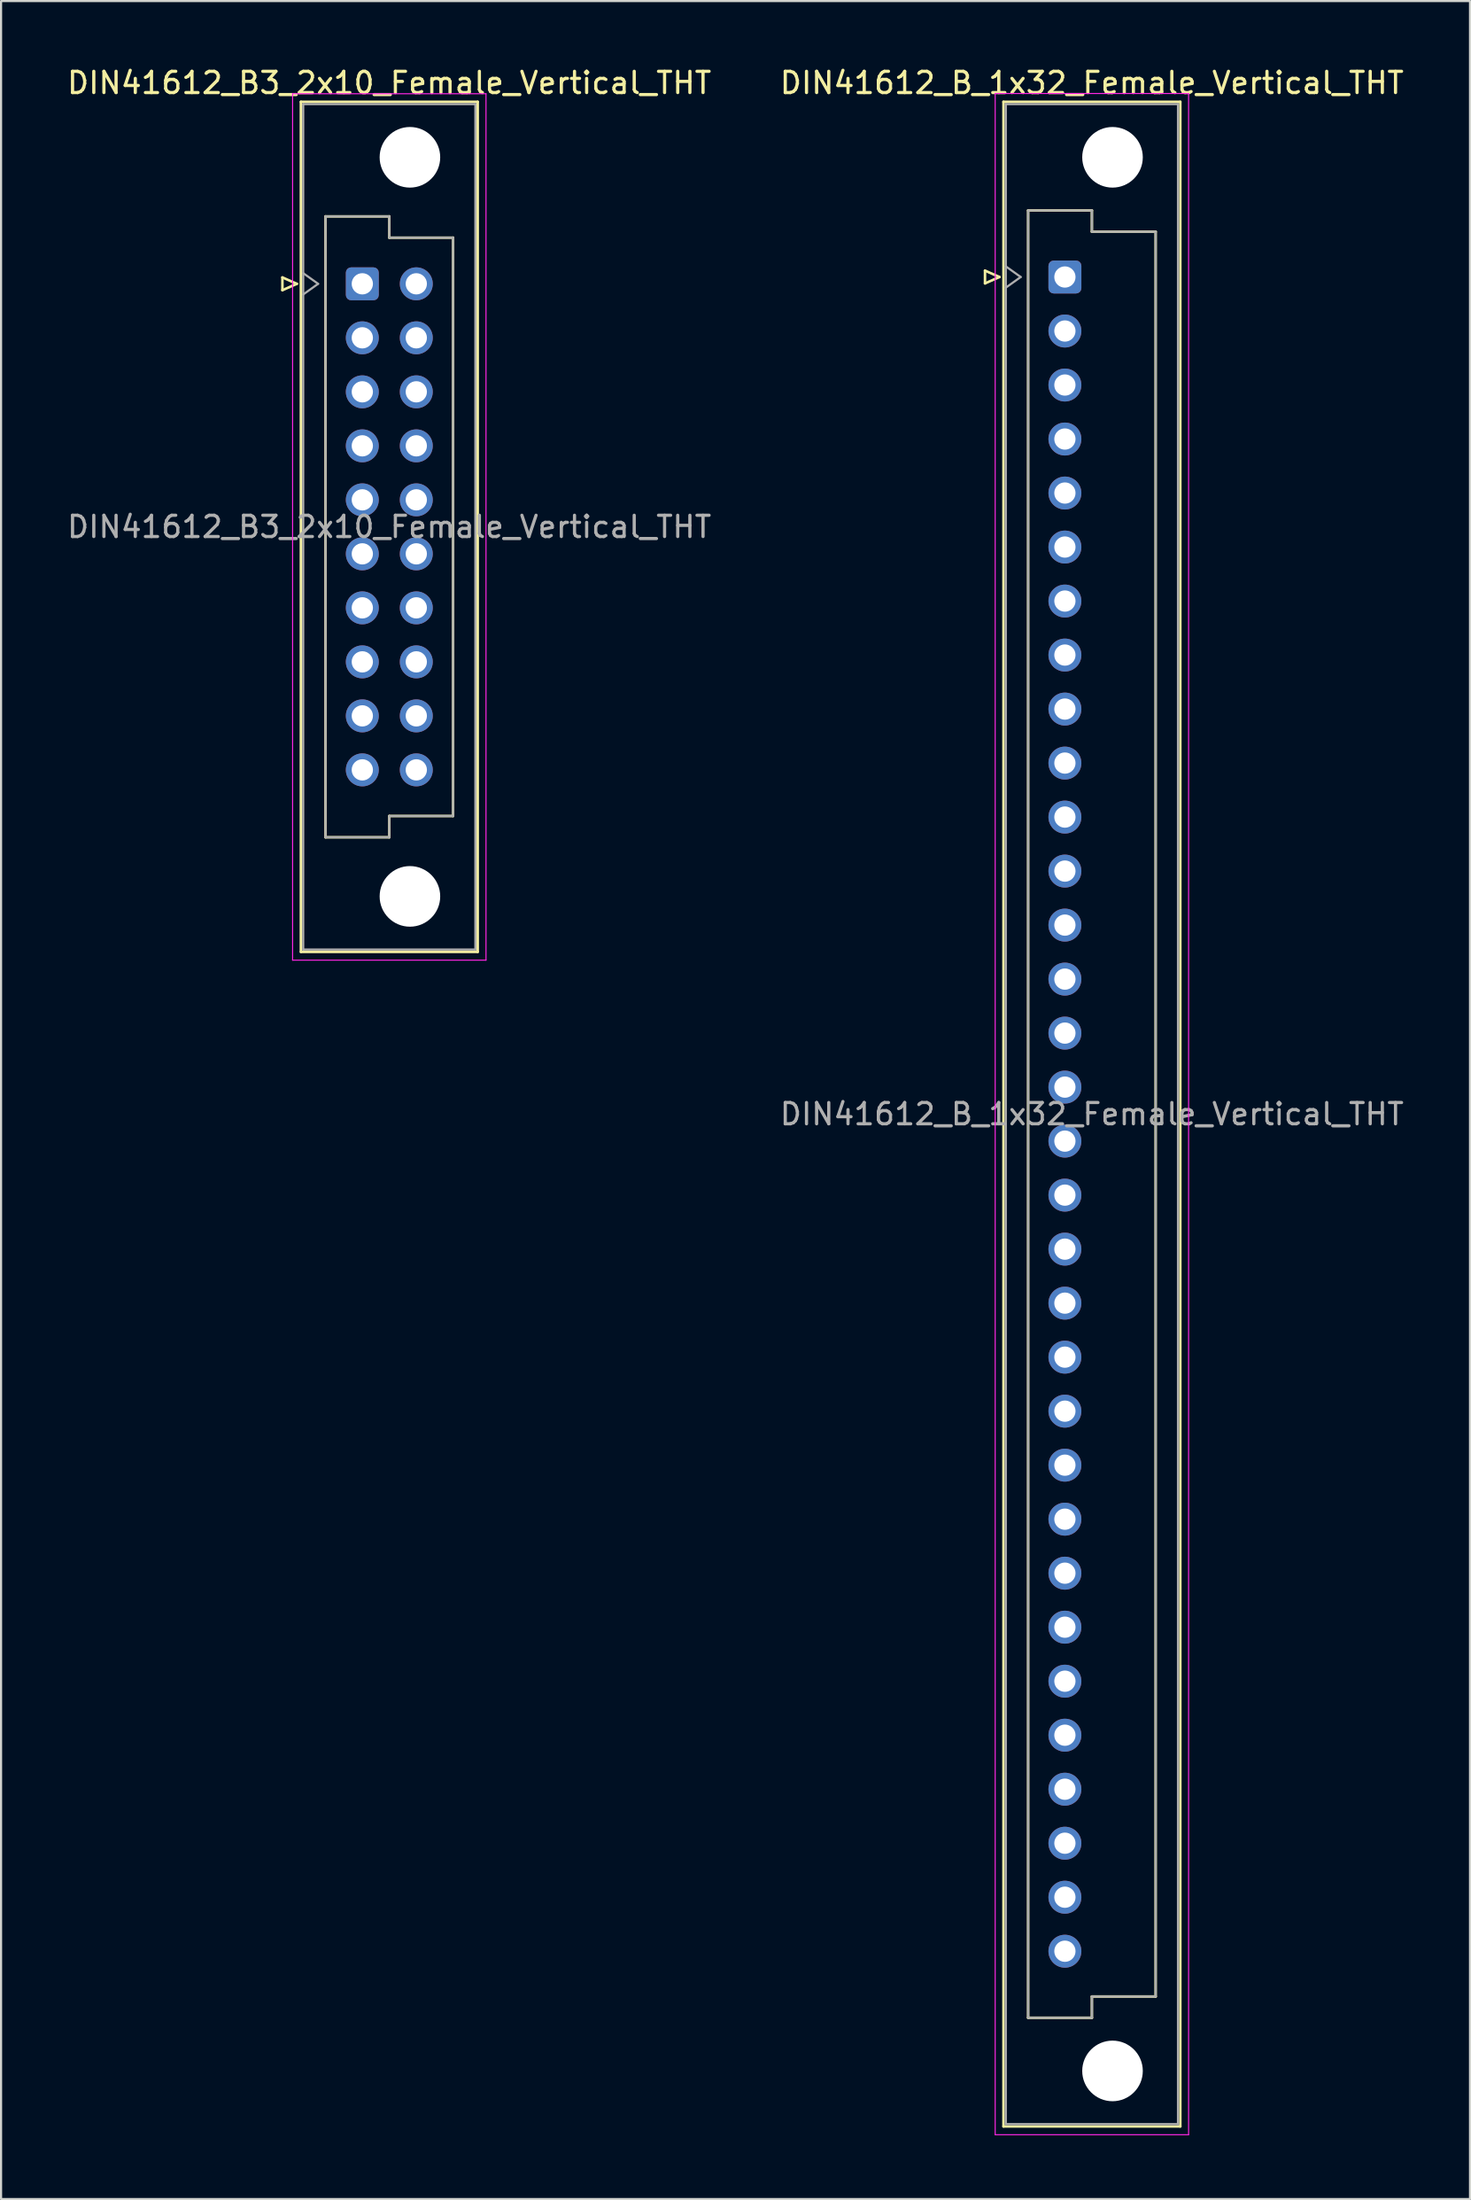
<source format=kicad_pcb>
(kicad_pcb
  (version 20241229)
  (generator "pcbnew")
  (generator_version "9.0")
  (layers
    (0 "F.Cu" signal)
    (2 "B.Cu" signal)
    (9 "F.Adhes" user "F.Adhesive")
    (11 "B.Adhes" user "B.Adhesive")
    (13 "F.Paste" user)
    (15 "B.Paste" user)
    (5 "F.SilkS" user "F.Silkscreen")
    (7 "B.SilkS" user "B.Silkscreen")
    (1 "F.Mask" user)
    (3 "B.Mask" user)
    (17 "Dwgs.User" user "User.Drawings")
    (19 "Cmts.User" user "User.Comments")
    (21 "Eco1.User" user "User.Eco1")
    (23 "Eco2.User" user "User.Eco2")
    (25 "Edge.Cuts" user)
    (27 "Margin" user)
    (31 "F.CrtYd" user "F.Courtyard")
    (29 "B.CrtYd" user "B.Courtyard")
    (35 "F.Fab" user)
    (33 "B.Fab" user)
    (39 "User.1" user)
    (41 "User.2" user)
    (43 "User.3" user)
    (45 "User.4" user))
  (footprint "DIN41612_B_1x32_Female_Vertical_THT"
    (layer "F.Cu")
    (at 47.057 9.978)
    (property "Reference" "DIN41612_B_1x32_Female_Vertical_THT" (at 1.27 -9.13 0) (layer "F.SilkS") (effects (font (size 1 1) (thickness 0.15))))
    (attr through_hole)
    (fp_line (start -3.76 -0.3) (end -3.76 0.3) (stroke (width 0.12) (type solid)) (layer "F.SilkS"))
    (fp_line (start -3.76 0.3) (end -3.08 0) (stroke (width 0.12) (type solid)) (layer "F.SilkS"))
    (fp_line (start -3.08 0) (end -3.76 -0.3) (stroke (width 0.12) (type solid)) (layer "F.SilkS"))
    (fp_line (start -2.89 -8.24) (end 5.43 -8.24) (stroke (width 0.12) (type solid)) (layer "F.SilkS"))
    (fp_line (start -2.89 86.98) (end -2.89 -8.24) (stroke (width 0.12) (type solid)) (layer "F.SilkS"))
    (fp_line (start -1.73 -3.131) (end 1.27 -3.131) (stroke (width 0.12) (type solid)) (layer "F.SilkS"))
    (fp_line (start -1.73 81.87) (end -1.73 -3.131) (stroke (width 0.12) (type solid)) (layer "F.SilkS"))
    (fp_line (start 1.27 -3.131) (end 1.27 -2.131) (stroke (width 0.12) (type solid)) (layer "F.SilkS"))
    (fp_line (start 1.27 -2.131) (end 4.27 -2.131) (stroke (width 0.12) (type solid)) (layer "F.SilkS"))
    (fp_line (start 1.27 80.87) (end 1.27 81.87) (stroke (width 0.12) (type solid)) (layer "F.SilkS"))
    (fp_line (start 1.27 81.87) (end -1.73 81.87) (stroke (width 0.12) (type solid)) (layer "F.SilkS"))
    (fp_line (start 4.27 -2.131) (end 4.27 80.87) (stroke (width 0.12) (type solid)) (layer "F.SilkS"))
    (fp_line (start 4.27 80.87) (end 1.27 80.87) (stroke (width 0.12) (type solid)) (layer "F.SilkS"))
    (fp_line (start 5.43 -8.24) (end 5.43 86.98) (stroke (width 0.12) (type solid)) (layer "F.SilkS"))
    (fp_line (start 5.43 86.98) (end -2.89 86.98) (stroke (width 0.12) (type solid)) (layer "F.SilkS"))
    (fp_line (start -3.28 -8.63) (end 5.82 -8.63) (stroke (width 0.05) (type solid)) (layer "F.CrtYd"))
    (fp_line (start -3.28 87.37) (end -3.28 -8.63) (stroke (width 0.05) (type solid)) (layer "F.CrtYd"))
    (fp_line (start 5.82 -8.63) (end 5.82 87.37) (stroke (width 0.05) (type solid)) (layer "F.CrtYd"))
    (fp_line (start 5.82 87.37) (end -3.28 87.37) (stroke (width 0.05) (type solid)) (layer "F.CrtYd"))
    (fp_line (start -2.78 -8.13) (end 5.32 -8.13) (stroke (width 0.1) (type solid)) (layer "F.Fab"))
    (fp_line (start -2.78 -0.5) (end -2.08 0) (stroke (width 0.1) (type solid)) (layer "F.Fab"))
    (fp_line (start -2.78 86.87) (end -2.78 -8.13) (stroke (width 0.1) (type solid)) (layer "F.Fab"))
    (fp_line (start -2.08 0) (end -2.78 0.5) (stroke (width 0.1) (type solid)) (layer "F.Fab"))
    (fp_line (start -1.73 -3.13) (end 1.27 -3.13) (stroke (width 0.1) (type solid)) (layer "F.Fab"))
    (fp_line (start -1.73 81.87) (end -1.73 -3.13) (stroke (width 0.1) (type solid)) (layer "F.Fab"))
    (fp_line (start 1.27 -3.13) (end 1.27 -2.13) (stroke (width 0.1) (type solid)) (layer "F.Fab"))
    (fp_line (start 1.27 -2.13) (end 4.27 -2.13) (stroke (width 0.1) (type solid)) (layer "F.Fab"))
    (fp_line (start 1.27 80.87) (end 1.27 81.87) (stroke (width 0.1) (type solid)) (layer "F.Fab"))
    (fp_line (start 1.27 81.87) (end -1.73 81.87) (stroke (width 0.1) (type solid)) (layer "F.Fab"))
    (fp_line (start 4.27 -2.13) (end 4.27 80.87) (stroke (width 0.1) (type solid)) (layer "F.Fab"))
    (fp_line (start 4.27 80.87) (end 1.27 80.87) (stroke (width 0.1) (type solid)) (layer "F.Fab"))
    (fp_line (start 5.32 -8.13) (end 5.32 86.87) (stroke (width 0.1) (type solid)) (layer "F.Fab"))
    (fp_line (start 5.32 86.87) (end -2.78 86.87) (stroke (width 0.1) (type solid)) (layer "F.Fab"))
    (fp_text user "${REFERENCE}" (at 1.27 39.37 0) (layer "F.Fab") (effects (font (size 1 1) (thickness 0.15))))
    (pad "" np_thru_hole circle (at 2.24 -5.63) (size 2.85 2.85) (drill 2.85) (layers "*.Cu" "*.Mask"))
    (pad "" np_thru_hole circle (at 2.24 84.37) (size 2.85 2.85) (drill 2.85) (layers "*.Cu" "*.Mask"))
    (pad "a1" thru_hole roundrect (at 0 0) (size 1.55 1.55) (drill 1) (layers "*.Cu" "*.Mask") (roundrect_rratio 0.161))
    (pad "a2" thru_hole circle (at 0 2.54) (size 1.55 1.55) (drill 1) (layers "*.Cu" "*.Mask"))
    (pad "a3" thru_hole circle (at 0 5.08) (size 1.55 1.55) (drill 1) (layers "*.Cu" "*.Mask"))
    (pad "a4" thru_hole circle (at 0 7.62) (size 1.55 1.55) (drill 1) (layers "*.Cu" "*.Mask"))
    (pad "a5" thru_hole circle (at 0 10.16) (size 1.55 1.55) (drill 1) (layers "*.Cu" "*.Mask"))
    (pad "a6" thru_hole circle (at 0 12.7) (size 1.55 1.55) (drill 1) (layers "*.Cu" "*.Mask"))
    (pad "a7" thru_hole circle (at 0 15.24) (size 1.55 1.55) (drill 1) (layers "*.Cu" "*.Mask"))
    (pad "a8" thru_hole circle (at 0 17.78) (size 1.55 1.55) (drill 1) (layers "*.Cu" "*.Mask"))
    (pad "a9" thru_hole circle (at 0 20.32) (size 1.55 1.55) (drill 1) (layers "*.Cu" "*.Mask"))
    (pad "a10" thru_hole circle (at 0 22.86) (size 1.55 1.55) (drill 1) (layers "*.Cu" "*.Mask"))
    (pad "a11" thru_hole circle (at 0 25.4) (size 1.55 1.55) (drill 1) (layers "*.Cu" "*.Mask"))
    (pad "a12" thru_hole circle (at 0 27.94) (size 1.55 1.55) (drill 1) (layers "*.Cu" "*.Mask"))
    (pad "a13" thru_hole circle (at 0 30.48) (size 1.55 1.55) (drill 1) (layers "*.Cu" "*.Mask"))
    (pad "a14" thru_hole circle (at 0 33.02) (size 1.55 1.55) (drill 1) (layers "*.Cu" "*.Mask"))
    (pad "a15" thru_hole circle (at 0 35.56) (size 1.55 1.55) (drill 1) (layers "*.Cu" "*.Mask"))
    (pad "a16" thru_hole circle (at 0 38.1) (size 1.55 1.55) (drill 1) (layers "*.Cu" "*.Mask"))
    (pad "a17" thru_hole circle (at 0 40.64) (size 1.55 1.55) (drill 1) (layers "*.Cu" "*.Mask"))
    (pad "a18" thru_hole circle (at 0 43.18) (size 1.55 1.55) (drill 1) (layers "*.Cu" "*.Mask"))
    (pad "a19" thru_hole circle (at 0 45.72) (size 1.55 1.55) (drill 1) (layers "*.Cu" "*.Mask"))
    (pad "a20" thru_hole circle (at 0 48.26) (size 1.55 1.55) (drill 1) (layers "*.Cu" "*.Mask"))
    (pad "a21" thru_hole circle (at 0 50.8) (size 1.55 1.55) (drill 1) (layers "*.Cu" "*.Mask"))
    (pad "a22" thru_hole circle (at 0 53.34) (size 1.55 1.55) (drill 1) (layers "*.Cu" "*.Mask"))
    (pad "a23" thru_hole circle (at 0 55.88) (size 1.55 1.55) (drill 1) (layers "*.Cu" "*.Mask"))
    (pad "a24" thru_hole circle (at 0 58.42) (size 1.55 1.55) (drill 1) (layers "*.Cu" "*.Mask"))
    (pad "a25" thru_hole circle (at 0 60.96) (size 1.55 1.55) (drill 1) (layers "*.Cu" "*.Mask"))
    (pad "a26" thru_hole circle (at 0 63.5) (size 1.55 1.55) (drill 1) (layers "*.Cu" "*.Mask"))
    (pad "a27" thru_hole circle (at 0 66.04) (size 1.55 1.55) (drill 1) (layers "*.Cu" "*.Mask"))
    (pad "a28" thru_hole circle (at 0 68.58) (size 1.55 1.55) (drill 1) (layers "*.Cu" "*.Mask"))
    (pad "a29" thru_hole circle (at 0 71.12) (size 1.55 1.55) (drill 1) (layers "*.Cu" "*.Mask"))
    (pad "a30" thru_hole circle (at 0 73.66) (size 1.55 1.55) (drill 1) (layers "*.Cu" "*.Mask"))
    (pad "a31" thru_hole circle (at 0 76.2) (size 1.55 1.55) (drill 1) (layers "*.Cu" "*.Mask"))
    (pad "a32" thru_hole circle (at 0 78.74) (size 1.55 1.55) (drill 1) (layers "*.Cu" "*.Mask")))
  (footprint "DIN41612_B3_2x10_Female_Vertical_THT"
    (layer "F.Cu")
    (at 13.998 10.298)
    (property "Reference" "DIN41612_B3_2x10_Female_Vertical_THT" (at 1.27 -9.45 0) (layer "F.SilkS") (effects (font (size 1 1) (thickness 0.15))))
    (attr through_hole)
    (fp_line (start -3.76 -0.3) (end -3.76 0.3) (stroke (width 0.12) (type solid)) (layer "F.SilkS"))
    (fp_line (start -3.76 0.3) (end -3.08 0) (stroke (width 0.12) (type solid)) (layer "F.SilkS"))
    (fp_line (start -3.08 0) (end -3.76 -0.3) (stroke (width 0.12) (type solid)) (layer "F.SilkS"))
    (fp_line (start -2.89 -8.56) (end 5.43 -8.56) (stroke (width 0.12) (type solid)) (layer "F.SilkS"))
    (fp_line (start -2.89 31.42) (end -2.89 -8.56) (stroke (width 0.12) (type solid)) (layer "F.SilkS"))
    (fp_line (start -1.73 -3.17) (end 1.27 -3.17) (stroke (width 0.12) (type solid)) (layer "F.SilkS"))
    (fp_line (start -1.73 26.03) (end -1.73 -3.17) (stroke (width 0.12) (type solid)) (layer "F.SilkS"))
    (fp_line (start 1.27 -3.17) (end 1.27 -2.17) (stroke (width 0.12) (type solid)) (layer "F.SilkS"))
    (fp_line (start 1.27 -2.17) (end 4.27 -2.17) (stroke (width 0.12) (type solid)) (layer "F.SilkS"))
    (fp_line (start 1.27 25.03) (end 1.27 26.03) (stroke (width 0.12) (type solid)) (layer "F.SilkS"))
    (fp_line (start 1.27 26.03) (end -1.73 26.03) (stroke (width 0.12) (type solid)) (layer "F.SilkS"))
    (fp_line (start 4.27 -2.17) (end 4.27 25.03) (stroke (width 0.12) (type solid)) (layer "F.SilkS"))
    (fp_line (start 4.27 25.03) (end 1.27 25.03) (stroke (width 0.12) (type solid)) (layer "F.SilkS"))
    (fp_line (start 5.43 -8.56) (end 5.43 31.42) (stroke (width 0.12) (type solid)) (layer "F.SilkS"))
    (fp_line (start 5.43 31.42) (end -2.89 31.42) (stroke (width 0.12) (type solid)) (layer "F.SilkS"))
    (fp_line (start -3.28 -8.94) (end 5.82 -8.94) (stroke (width 0.05) (type solid)) (layer "F.CrtYd"))
    (fp_line (start -3.28 31.81) (end -3.28 -8.94) (stroke (width 0.05) (type solid)) (layer "F.CrtYd"))
    (fp_line (start 5.82 -8.94) (end 5.82 31.81) (stroke (width 0.05) (type solid)) (layer "F.CrtYd"))
    (fp_line (start 5.82 31.81) (end -3.28 31.81) (stroke (width 0.05) (type solid)) (layer "F.CrtYd"))
    (fp_line (start -2.78 -8.45) (end 5.32 -8.45) (stroke (width 0.1) (type solid)) (layer "F.Fab"))
    (fp_line (start -2.78 -0.5) (end -2.08 0) (stroke (width 0.1) (type solid)) (layer "F.Fab"))
    (fp_line (start -2.78 31.31) (end -2.78 -8.45) (stroke (width 0.1) (type solid)) (layer "F.Fab"))
    (fp_line (start -2.08 0) (end -2.78 0.5) (stroke (width 0.1) (type solid)) (layer "F.Fab"))
    (fp_line (start -1.73 -3.17) (end 1.27 -3.17) (stroke (width 0.1) (type solid)) (layer "F.Fab"))
    (fp_line (start -1.73 26.03) (end -1.73 -3.17) (stroke (width 0.1) (type solid)) (layer "F.Fab"))
    (fp_line (start 1.27 -3.17) (end 1.27 -2.17) (stroke (width 0.1) (type solid)) (layer "F.Fab"))
    (fp_line (start 1.27 -2.17) (end 4.27 -2.17) (stroke (width 0.1) (type solid)) (layer "F.Fab"))
    (fp_line (start 1.27 25.03) (end 1.27 26.03) (stroke (width 0.1) (type solid)) (layer "F.Fab"))
    (fp_line (start 1.27 26.03) (end -1.73 26.03) (stroke (width 0.1) (type solid)) (layer "F.Fab"))
    (fp_line (start 4.27 -2.17) (end 4.27 25.03) (stroke (width 0.1) (type solid)) (layer "F.Fab"))
    (fp_line (start 4.27 25.03) (end 1.27 25.03) (stroke (width 0.1) (type solid)) (layer "F.Fab"))
    (fp_line (start 5.32 -8.45) (end 5.32 31.31) (stroke (width 0.1) (type solid)) (layer "F.Fab"))
    (fp_line (start 5.32 31.31) (end -2.78 31.31) (stroke (width 0.1) (type solid)) (layer "F.Fab"))
    (fp_text user "${REFERENCE}" (at 1.27 11.43 0) (layer "F.Fab") (effects (font (size 1 1) (thickness 0.15))))
    (pad "" np_thru_hole circle (at 2.24 -5.95) (size 2.85 2.85) (drill 2.85) (layers "*.Cu" "*.Mask"))
    (pad "" np_thru_hole circle (at 2.24 28.81) (size 2.85 2.85) (drill 2.85) (layers "*.Cu" "*.Mask"))
    (pad "a1" thru_hole roundrect (at 0 0) (size 1.55 1.55) (drill 1) (layers "*.Cu" "*.Mask") (roundrect_rratio 0.161))
    (pad "a2" thru_hole circle (at 0 2.54) (size 1.55 1.55) (drill 1) (layers "*.Cu" "*.Mask"))
    (pad "a3" thru_hole circle (at 0 5.08) (size 1.55 1.55) (drill 1) (layers "*.Cu" "*.Mask"))
    (pad "a4" thru_hole circle (at 0 7.62) (size 1.55 1.55) (drill 1) (layers "*.Cu" "*.Mask"))
    (pad "a5" thru_hole circle (at 0 10.16) (size 1.55 1.55) (drill 1) (layers "*.Cu" "*.Mask"))
    (pad "a6" thru_hole circle (at 0 12.7) (size 1.55 1.55) (drill 1) (layers "*.Cu" "*.Mask"))
    (pad "a7" thru_hole circle (at 0 15.24) (size 1.55 1.55) (drill 1) (layers "*.Cu" "*.Mask"))
    (pad "a8" thru_hole circle (at 0 17.78) (size 1.55 1.55) (drill 1) (layers "*.Cu" "*.Mask"))
    (pad "a9" thru_hole circle (at 0 20.32) (size 1.55 1.55) (drill 1) (layers "*.Cu" "*.Mask"))
    (pad "a10" thru_hole circle (at 0 22.86) (size 1.55 1.55) (drill 1) (layers "*.Cu" "*.Mask"))
    (pad "b1" thru_hole circle (at 2.54 0) (size 1.55 1.55) (drill 1) (layers "*.Cu" "*.Mask"))
    (pad "b2" thru_hole circle (at 2.54 2.54) (size 1.55 1.55) (drill 1) (layers "*.Cu" "*.Mask"))
    (pad "b3" thru_hole circle (at 2.54 5.08) (size 1.55 1.55) (drill 1) (layers "*.Cu" "*.Mask"))
    (pad "b4" thru_hole circle (at 2.54 7.62) (size 1.55 1.55) (drill 1) (layers "*.Cu" "*.Mask"))
    (pad "b5" thru_hole circle (at 2.54 10.16) (size 1.55 1.55) (drill 1) (layers "*.Cu" "*.Mask"))
    (pad "b6" thru_hole circle (at 2.54 12.7) (size 1.55 1.55) (drill 1) (layers "*.Cu" "*.Mask"))
    (pad "b7" thru_hole circle (at 2.54 15.24) (size 1.55 1.55) (drill 1) (layers "*.Cu" "*.Mask"))
    (pad "b8" thru_hole circle (at 2.54 17.78) (size 1.55 1.55) (drill 1) (layers "*.Cu" "*.Mask"))
    (pad "b9" thru_hole circle (at 2.54 20.32) (size 1.55 1.55) (drill 1) (layers "*.Cu" "*.Mask"))
    (pad "b10" thru_hole circle (at 2.54 22.86) (size 1.55 1.55) (drill 1) (layers "*.Cu" "*.Mask")))
  (gr_rect
    (start -3 -3)
    (end 66.119 100.373)
    (stroke (width 0.1) (type default))
    (fill no)
    (layer "Edge.Cuts")))
</source>
